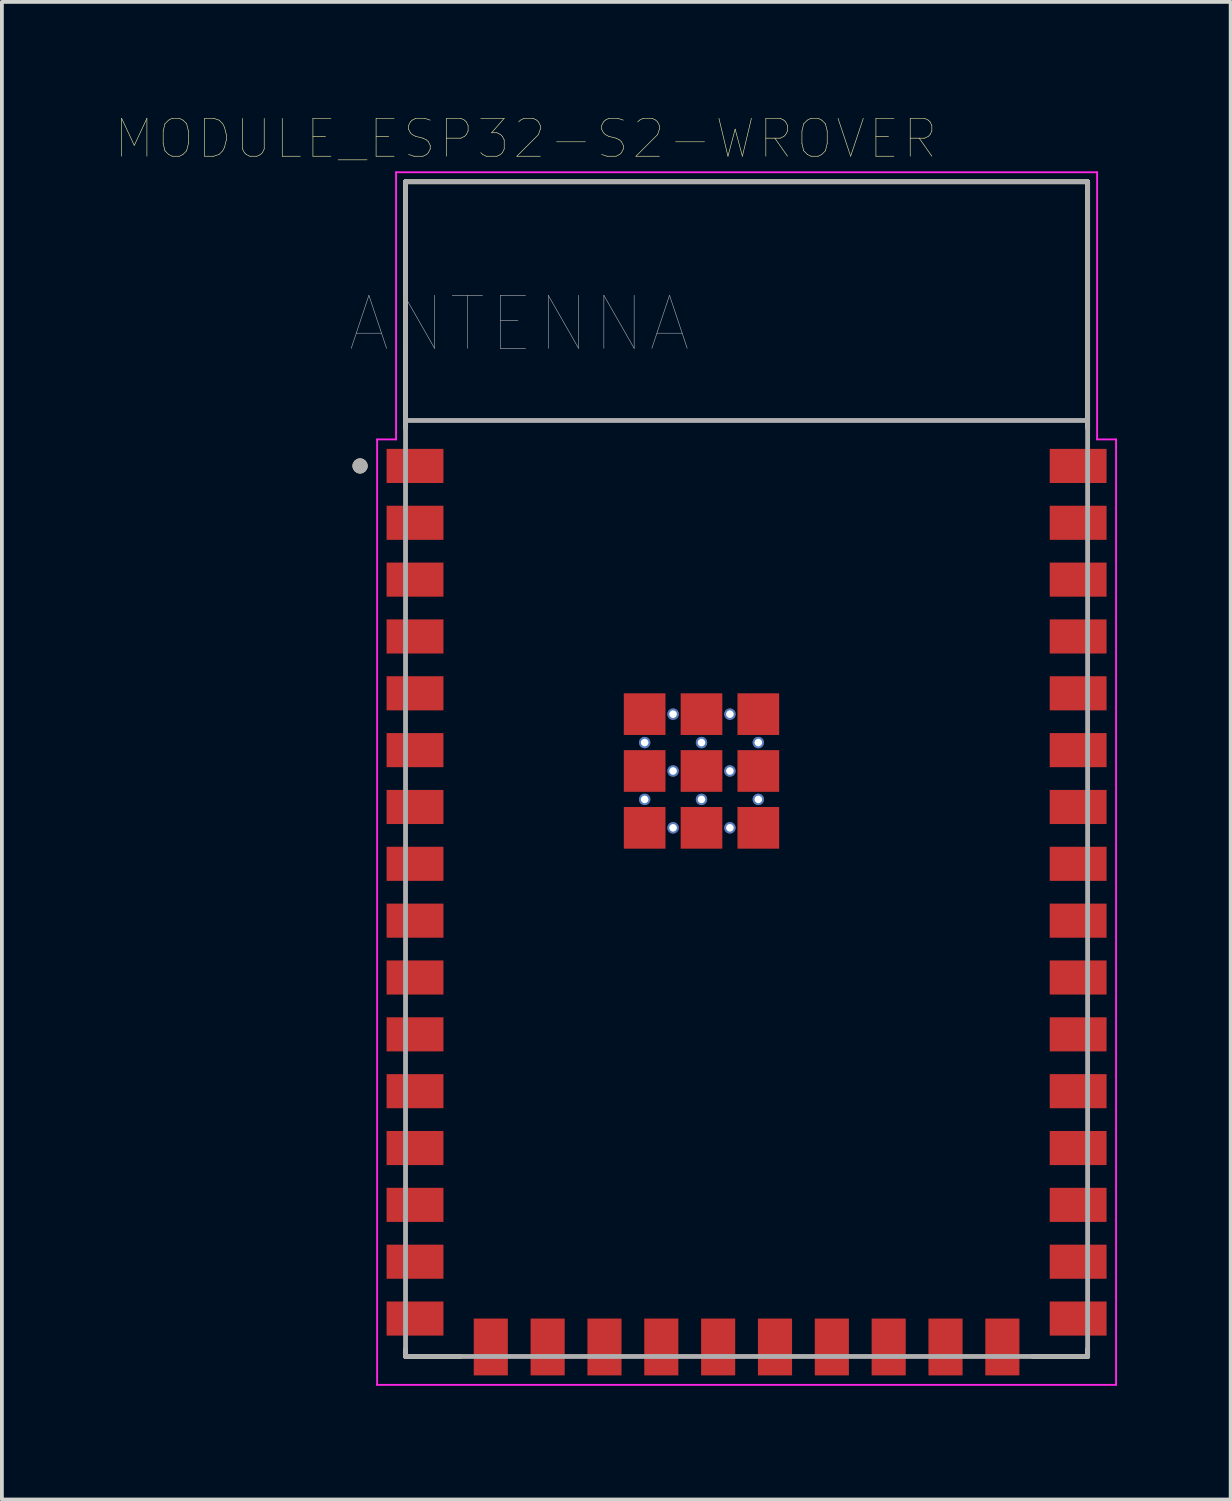
<source format=kicad_pcb>
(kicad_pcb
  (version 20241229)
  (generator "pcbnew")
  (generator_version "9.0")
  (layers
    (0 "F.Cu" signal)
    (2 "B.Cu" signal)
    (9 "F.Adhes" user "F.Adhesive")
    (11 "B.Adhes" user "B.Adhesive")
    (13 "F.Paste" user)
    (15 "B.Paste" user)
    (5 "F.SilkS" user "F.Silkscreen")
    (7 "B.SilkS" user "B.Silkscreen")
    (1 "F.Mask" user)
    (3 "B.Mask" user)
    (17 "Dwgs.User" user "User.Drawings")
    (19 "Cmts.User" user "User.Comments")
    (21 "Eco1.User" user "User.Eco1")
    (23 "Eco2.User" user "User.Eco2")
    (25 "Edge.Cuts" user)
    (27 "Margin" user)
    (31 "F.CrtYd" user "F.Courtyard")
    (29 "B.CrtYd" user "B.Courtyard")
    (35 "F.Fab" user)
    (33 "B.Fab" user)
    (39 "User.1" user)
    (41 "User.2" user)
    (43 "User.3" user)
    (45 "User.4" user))
  (footprint "MODULE_ESP32-S2-WROVER"
    (layer "F.Cu")
    (at 16.652 17.246)
    (property "Reference" "MODULE_ESP32-S2-WROVER" (at -5.825 -16.635 0) (layer "F.SilkS") (effects (font (size 1 1) (thickness 0.015))))
    (attr through_hole)
    (fp_line (start -9 -15.5) (end 9 -15.5) (stroke (width 0.127) (type solid)) (layer "F.SilkS"))
    (fp_line (start -9 -9) (end -9 -15.5) (stroke (width 0.127) (type solid)) (layer "F.SilkS"))
    (fp_line (start -9 15.3) (end -9 15.5) (stroke (width 0.127) (type solid)) (layer "F.SilkS"))
    (fp_line (start -9 15.5) (end -7.55 15.5) (stroke (width 0.127) (type solid)) (layer "F.SilkS"))
    (fp_line (start 7.55 15.5) (end 9 15.5) (stroke (width 0.127) (type solid)) (layer "F.SilkS"))
    (fp_line (start 9 -15.5) (end 9 -9) (stroke (width 0.127) (type solid)) (layer "F.SilkS"))
    (fp_line (start 9 15.5) (end 9 15.3) (stroke (width 0.127) (type solid)) (layer "F.SilkS"))
    (fp_circle (center -10.2 -8) (end -10.1 -8) (stroke (width 0.2) (type solid)) (fill no) (layer "F.SilkS"))
    (fp_line (start -9.75 -8.7) (end -9.25 -8.7) (stroke (width 0.05) (type solid)) (layer "F.CrtYd"))
    (fp_line (start -9.75 16.25) (end -9.75 -8.7) (stroke (width 0.05) (type solid)) (layer "F.CrtYd"))
    (fp_line (start -9.25 -15.75) (end 9.25 -15.75) (stroke (width 0.05) (type solid)) (layer "F.CrtYd"))
    (fp_line (start -9.25 -8.7) (end -9.25 -15.75) (stroke (width 0.05) (type solid)) (layer "F.CrtYd"))
    (fp_line (start 9.25 -15.75) (end 9.25 -8.7) (stroke (width 0.05) (type solid)) (layer "F.CrtYd"))
    (fp_line (start 9.25 -8.7) (end 9.75 -8.7) (stroke (width 0.05) (type solid)) (layer "F.CrtYd"))
    (fp_line (start 9.75 -8.7) (end 9.75 16.25) (stroke (width 0.05) (type solid)) (layer "F.CrtYd"))
    (fp_line (start 9.75 16.25) (end -9.75 16.25) (stroke (width 0.05) (type solid)) (layer "F.CrtYd"))
    (fp_line (start -9 -15.5) (end -9 -9.2) (stroke (width 0.127) (type solid)) (layer "F.Fab"))
    (fp_line (start -9 -15.5) (end 9 -15.5) (stroke (width 0.127) (type solid)) (layer "F.Fab"))
    (fp_line (start -9 -9.2) (end 9 -9.2) (stroke (width 0.127) (type solid)) (layer "F.Fab"))
    (fp_line (start -9 15.5) (end -9 -9.2) (stroke (width 0.127) (type solid)) (layer "F.Fab"))
    (fp_line (start 9 -15.5) (end 9 -9.2) (stroke (width 0.127) (type solid)) (layer "F.Fab"))
    (fp_line (start 9 -9.2) (end 9 15.5) (stroke (width 0.127) (type solid)) (layer "F.Fab"))
    (fp_line (start 9 15.5) (end -9 15.5) (stroke (width 0.127) (type solid)) (layer "F.Fab"))
    (fp_circle (center -10.2 -8) (end -10.1 -8) (stroke (width 0.2) (type solid)) (fill no) (layer "F.Fab"))
    (fp_text user "ANTENNA" (at -6 -11.75 0) (layer "F.Fab") (effects (font (size 1.4 1.4) (thickness 0.015))))
    (pad "1" smd rect (at -8.75 -8) (size 1.5 0.9) (layers "F.Cu" "F.Mask" "F.Paste"))
    (pad "2" smd rect (at -8.75 -6.5) (size 1.5 0.9) (layers "F.Cu" "F.Mask" "F.Paste"))
    (pad "3" smd rect (at -8.75 -5) (size 1.5 0.9) (layers "F.Cu" "F.Mask" "F.Paste"))
    (pad "4" smd rect (at -8.75 -3.5) (size 1.5 0.9) (layers "F.Cu" "F.Mask" "F.Paste"))
    (pad "5" smd rect (at -8.75 -2) (size 1.5 0.9) (layers "F.Cu" "F.Mask" "F.Paste"))
    (pad "6" smd rect (at -8.75 -0.5) (size 1.5 0.9) (layers "F.Cu" "F.Mask" "F.Paste"))
    (pad "7" smd rect (at -8.75 1) (size 1.5 0.9) (layers "F.Cu" "F.Mask" "F.Paste"))
    (pad "8" smd rect (at -8.75 2.5) (size 1.5 0.9) (layers "F.Cu" "F.Mask" "F.Paste"))
    (pad "9" smd rect (at -8.75 4) (size 1.5 0.9) (layers "F.Cu" "F.Mask" "F.Paste"))
    (pad "10" smd rect (at -8.75 5.5) (size 1.5 0.9) (layers "F.Cu" "F.Mask" "F.Paste"))
    (pad "11" smd rect (at -8.75 7) (size 1.5 0.9) (layers "F.Cu" "F.Mask" "F.Paste"))
    (pad "12" smd rect (at -8.75 8.5) (size 1.5 0.9) (layers "F.Cu" "F.Mask" "F.Paste"))
    (pad "13" smd rect (at -8.75 10) (size 1.5 0.9) (layers "F.Cu" "F.Mask" "F.Paste"))
    (pad "14" smd rect (at -8.75 11.5) (size 1.5 0.9) (layers "F.Cu" "F.Mask" "F.Paste"))
    (pad "15" smd rect (at -8.75 13) (size 1.5 0.9) (layers "F.Cu" "F.Mask" "F.Paste"))
    (pad "16" smd rect (at -8.75 14.5) (size 1.5 0.9) (layers "F.Cu" "F.Mask" "F.Paste"))
    (pad "17" smd rect (at -6.75 15.25) (size 0.9 1.5) (layers "F.Cu" "F.Mask" "F.Paste"))
    (pad "18" smd rect (at -5.25 15.25) (size 0.9 1.5) (layers "F.Cu" "F.Mask" "F.Paste"))
    (pad "19" smd rect (at -3.75 15.25) (size 0.9 1.5) (layers "F.Cu" "F.Mask" "F.Paste"))
    (pad "20" smd rect (at -2.25 15.25) (size 0.9 1.5) (layers "F.Cu" "F.Mask" "F.Paste"))
    (pad "21" smd rect (at -0.75 15.25) (size 0.9 1.5) (layers "F.Cu" "F.Mask" "F.Paste"))
    (pad "22" smd rect (at 0.75 15.25) (size 0.9 1.5) (layers "F.Cu" "F.Mask" "F.Paste"))
    (pad "23" smd rect (at 2.25 15.25) (size 0.9 1.5) (layers "F.Cu" "F.Mask" "F.Paste"))
    (pad "24" smd rect (at 3.75 15.25) (size 0.9 1.5) (layers "F.Cu" "F.Mask" "F.Paste"))
    (pad "25" smd rect (at 5.25 15.25) (size 0.9 1.5) (layers "F.Cu" "F.Mask" "F.Paste"))
    (pad "26" smd rect (at 6.75 15.25) (size 0.9 1.5) (layers "F.Cu" "F.Mask" "F.Paste"))
    (pad "27" smd rect (at 8.75 14.5) (size 1.5 0.9) (layers "F.Cu" "F.Mask" "F.Paste"))
    (pad "28" smd rect (at 8.75 13) (size 1.5 0.9) (layers "F.Cu" "F.Mask" "F.Paste"))
    (pad "29" smd rect (at 8.75 11.5) (size 1.5 0.9) (layers "F.Cu" "F.Mask" "F.Paste"))
    (pad "30" smd rect (at 8.75 10) (size 1.5 0.9) (layers "F.Cu" "F.Mask" "F.Paste"))
    (pad "31" smd rect (at 8.75 8.5) (size 1.5 0.9) (layers "F.Cu" "F.Mask" "F.Paste"))
    (pad "32" smd rect (at 8.75 7) (size 1.5 0.9) (layers "F.Cu" "F.Mask" "F.Paste"))
    (pad "33" smd rect (at 8.75 5.5) (size 1.5 0.9) (layers "F.Cu" "F.Mask" "F.Paste"))
    (pad "34" smd rect (at 8.75 4) (size 1.5 0.9) (layers "F.Cu" "F.Mask" "F.Paste"))
    (pad "35" smd rect (at 8.75 2.5) (size 1.5 0.9) (layers "F.Cu" "F.Mask" "F.Paste"))
    (pad "36" smd rect (at 8.75 1) (size 1.5 0.9) (layers "F.Cu" "F.Mask" "F.Paste"))
    (pad "37" smd rect (at 8.75 -0.5) (size 1.5 0.9) (layers "F.Cu" "F.Mask" "F.Paste"))
    (pad "38" smd rect (at 8.75 -2) (size 1.5 0.9) (layers "F.Cu" "F.Mask" "F.Paste"))
    (pad "39" smd rect (at 8.75 -3.5) (size 1.5 0.9) (layers "F.Cu" "F.Mask" "F.Paste"))
    (pad "40" smd rect (at 8.75 -5) (size 1.5 0.9) (layers "F.Cu" "F.Mask" "F.Paste"))
    (pad "41" smd rect (at 8.75 -6.5) (size 1.5 0.9) (layers "F.Cu" "F.Mask" "F.Paste"))
    (pad "42" smd rect (at 8.75 -8) (size 1.5 0.9) (layers "F.Cu" "F.Mask" "F.Paste"))
    (pad "43_1" smd rect (at -2.69 -1.45) (size 1.1 1.1) (layers "F.Cu" "F.Mask" "F.Paste"))
    (pad "43_2" smd rect (at -1.19 -1.45) (size 1.1 1.1) (layers "F.Cu" "F.Mask" "F.Paste"))
    (pad "43_3" smd rect (at 0.31 -1.45) (size 1.1 1.1) (layers "F.Cu" "F.Mask" "F.Paste"))
    (pad "43_4" smd rect (at -2.69 0.05) (size 1.1 1.1) (layers "F.Cu" "F.Mask" "F.Paste"))
    (pad "43_5" smd rect (at -1.19 0.05) (size 1.1 1.1) (layers "F.Cu" "F.Mask" "F.Paste"))
    (pad "43_6" smd rect (at 0.31 0.05) (size 1.1 1.1) (layers "F.Cu" "F.Mask" "F.Paste"))
    (pad "43_7" smd rect (at -2.69 1.55) (size 1.1 1.1) (layers "F.Cu" "F.Mask" "F.Paste"))
    (pad "43_8" smd rect (at -1.19 1.55) (size 1.1 1.1) (layers "F.Cu" "F.Mask" "F.Paste"))
    (pad "43_9" smd rect (at 0.31 1.55) (size 1.1 1.1) (layers "F.Cu" "F.Mask" "F.Paste"))
    (pad "43_10" thru_hole circle (at -1.94 -1.45) (size 0.3 0.3) (drill 0.2) (layers "*.Cu" "*.Mask"))
    (pad "43_11" thru_hole circle (at -0.44 -1.45) (size 0.3 0.3) (drill 0.2) (layers "*.Cu" "*.Mask"))
    (pad "43_12" thru_hole circle (at -2.69 -0.7) (size 0.3 0.3) (drill 0.2) (layers "*.Cu" "*.Mask"))
    (pad "43_13" thru_hole circle (at -1.19 -0.7) (size 0.3 0.3) (drill 0.2) (layers "*.Cu" "*.Mask"))
    (pad "43_14" thru_hole circle (at 0.31 -0.7) (size 0.3 0.3) (drill 0.2) (layers "*.Cu" "*.Mask"))
    (pad "43_15" thru_hole circle (at -1.94 0.05) (size 0.3 0.3) (drill 0.2) (layers "*.Cu" "*.Mask"))
    (pad "43_16" thru_hole circle (at -0.44 0.05) (size 0.3 0.3) (drill 0.2) (layers "*.Cu" "*.Mask"))
    (pad "43_17" thru_hole circle (at -2.69 0.8) (size 0.3 0.3) (drill 0.2) (layers "*.Cu" "*.Mask"))
    (pad "43_18" thru_hole circle (at -1.19 0.8) (size 0.3 0.3) (drill 0.2) (layers "*.Cu" "*.Mask"))
    (pad "43_19" thru_hole circle (at 0.31 0.8) (size 0.3 0.3) (drill 0.2) (layers "*.Cu" "*.Mask"))
    (pad "43_20" thru_hole circle (at -1.94 1.55) (size 0.3 0.3) (drill 0.2) (layers "*.Cu" "*.Mask"))
    (pad "43_21" thru_hole circle (at -0.44 1.55) (size 0.3 0.3) (drill 0.2) (layers "*.Cu" "*.Mask")))
  (gr_rect
    (start -3 -3)
    (end 29.427 36.521)
    (stroke (width 0.1) (type default))
    (fill no)
    (layer "Edge.Cuts")))
</source>
